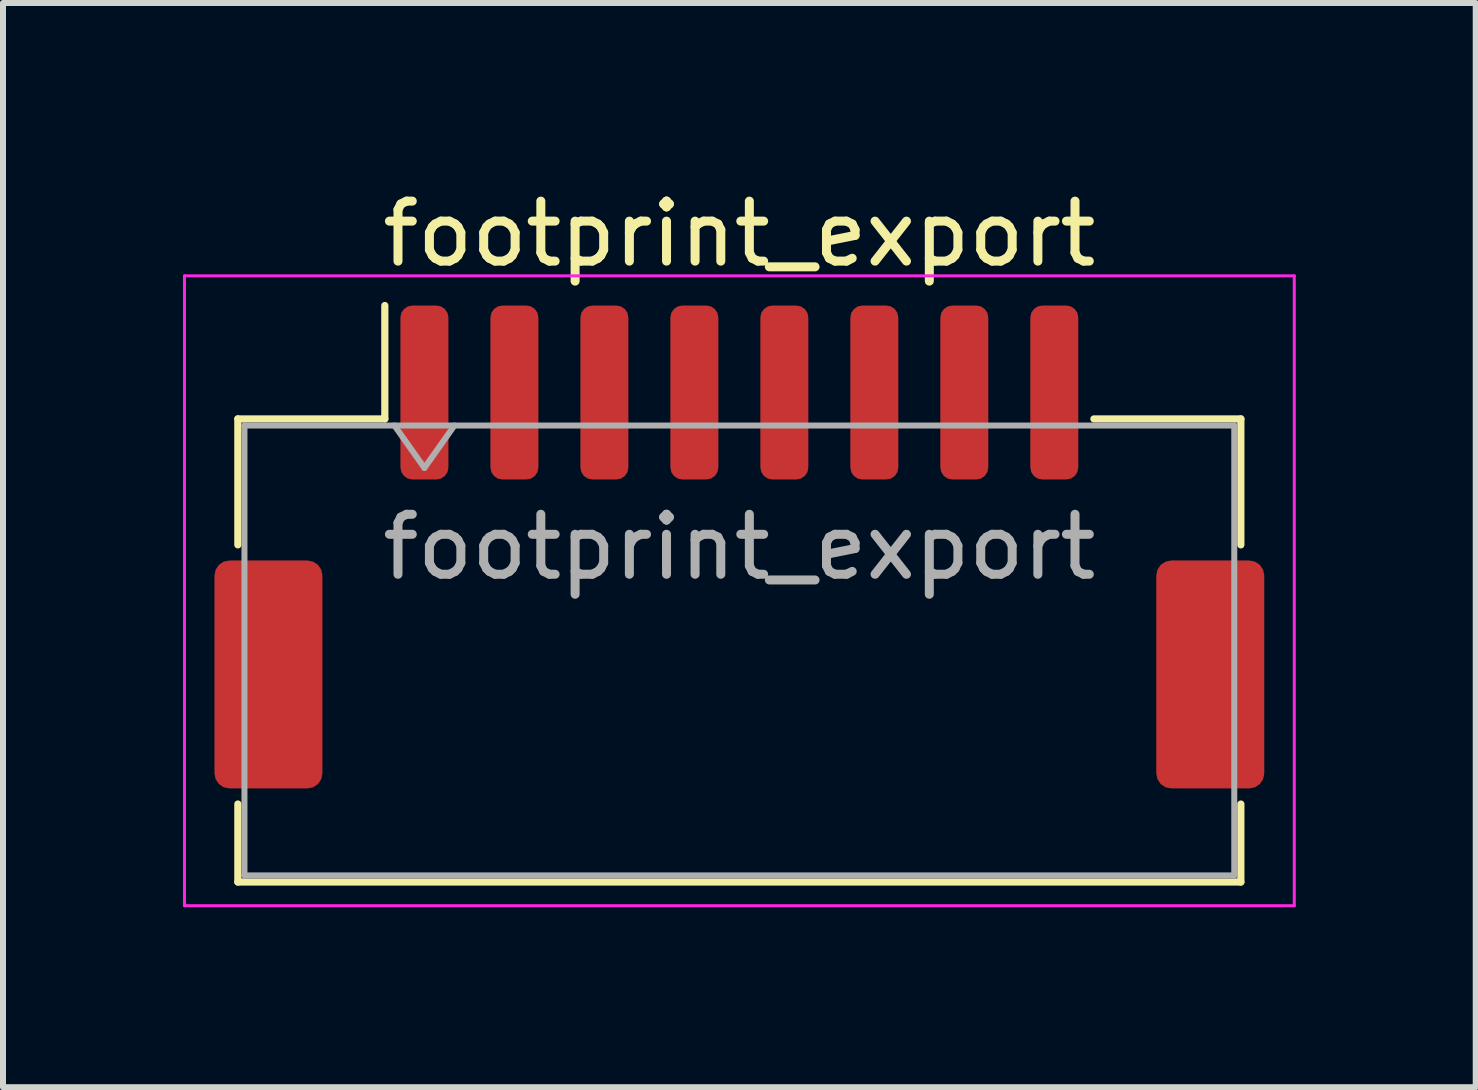
<source format=kicad_pcb>
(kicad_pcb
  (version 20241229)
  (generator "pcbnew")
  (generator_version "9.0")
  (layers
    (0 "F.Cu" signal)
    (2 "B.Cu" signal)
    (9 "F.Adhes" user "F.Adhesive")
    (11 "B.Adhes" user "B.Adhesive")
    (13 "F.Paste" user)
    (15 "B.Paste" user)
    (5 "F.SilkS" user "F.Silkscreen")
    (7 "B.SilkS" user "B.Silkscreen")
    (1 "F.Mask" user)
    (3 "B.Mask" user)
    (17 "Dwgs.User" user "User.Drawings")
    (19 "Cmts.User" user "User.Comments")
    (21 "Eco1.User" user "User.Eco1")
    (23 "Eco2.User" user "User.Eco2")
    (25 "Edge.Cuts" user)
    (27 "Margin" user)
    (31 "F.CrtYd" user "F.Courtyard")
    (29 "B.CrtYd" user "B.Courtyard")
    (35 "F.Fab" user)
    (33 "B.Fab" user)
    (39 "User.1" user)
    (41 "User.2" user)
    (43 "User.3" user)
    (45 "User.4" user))
  (footprint "footprint_export"
    (layer "F.Cu")
    (at 9.275 6.068)
    (property "Reference" "footprint_export" (at 0 -5.22 0) (layer "F.SilkS") (effects (font (size 1 1) (thickness 0.15))))
    (attr smd)
    (fp_line (start -8.36 -2.135) (end -5.91 -2.135) (stroke (width 0.12) (type solid)) (layer "F.SilkS"))
    (fp_line (start -8.36 -0.035) (end -8.36 -2.135) (stroke (width 0.12) (type solid)) (layer "F.SilkS"))
    (fp_line (start -8.36 4.285) (end -8.36 5.585) (stroke (width 0.12) (type solid)) (layer "F.SilkS"))
    (fp_line (start -8.36 5.585) (end 8.36 5.585) (stroke (width 0.12) (type solid)) (layer "F.SilkS"))
    (fp_line (start -5.91 -2.135) (end -5.91 -4.025) (stroke (width 0.12) (type solid)) (layer "F.SilkS"))
    (fp_line (start 8.36 -2.135) (end 5.91 -2.135) (stroke (width 0.12) (type solid)) (layer "F.SilkS"))
    (fp_line (start 8.36 -0.035) (end 8.36 -2.135) (stroke (width 0.12) (type solid)) (layer "F.SilkS"))
    (fp_line (start 8.36 5.585) (end 8.36 4.285) (stroke (width 0.12) (type solid)) (layer "F.SilkS"))
    (fp_line (start -9.25 -4.52) (end -9.25 5.98) (stroke (width 0.05) (type solid)) (layer "F.CrtYd"))
    (fp_line (start -9.25 5.98) (end 9.25 5.98) (stroke (width 0.05) (type solid)) (layer "F.CrtYd"))
    (fp_line (start 9.25 -4.52) (end -9.25 -4.52) (stroke (width 0.05) (type solid)) (layer "F.CrtYd"))
    (fp_line (start 9.25 5.98) (end 9.25 -4.52) (stroke (width 0.05) (type solid)) (layer "F.CrtYd"))
    (fp_line (start -8.25 -2.025) (end -8.25 5.475) (stroke (width 0.1) (type solid)) (layer "F.Fab"))
    (fp_line (start -8.25 -2.025) (end 8.25 -2.025) (stroke (width 0.1) (type solid)) (layer "F.Fab"))
    (fp_line (start -8.25 5.475) (end 8.25 5.475) (stroke (width 0.1) (type solid)) (layer "F.Fab"))
    (fp_line (start -5.75 -2.025) (end -5.25 -1.318) (stroke (width 0.1) (type solid)) (layer "F.Fab"))
    (fp_line (start -5.25 -1.318) (end -4.75 -2.025) (stroke (width 0.1) (type solid)) (layer "F.Fab"))
    (fp_line (start 8.25 -2.025) (end 8.25 5.475) (stroke (width 0.1) (type solid)) (layer "F.Fab"))
    (fp_text user "${REFERENCE}" (at 0 0 0) (layer "F.Fab") (effects (font (size 1 1) (thickness 0.15))))
    (pad "1" smd roundrect (at -5.25 -2.575) (size 0.8 2.9) (layers "F.Cu" "F.Mask" "F.Paste") (roundrect_rratio 0.25))
    (pad "2" smd roundrect (at -3.75 -2.575) (size 0.8 2.9) (layers "F.Cu" "F.Mask" "F.Paste") (roundrect_rratio 0.25))
    (pad "3" smd roundrect (at -2.25 -2.575) (size 0.8 2.9) (layers "F.Cu" "F.Mask" "F.Paste") (roundrect_rratio 0.25))
    (pad "4" smd roundrect (at -0.75 -2.575) (size 0.8 2.9) (layers "F.Cu" "F.Mask" "F.Paste") (roundrect_rratio 0.25))
    (pad "5" smd roundrect (at 0.75 -2.575) (size 0.8 2.9) (layers "F.Cu" "F.Mask" "F.Paste") (roundrect_rratio 0.25))
    (pad "6" smd roundrect (at 2.25 -2.575) (size 0.8 2.9) (layers "F.Cu" "F.Mask" "F.Paste") (roundrect_rratio 0.25))
    (pad "7" smd roundrect (at 3.75 -2.575) (size 0.8 2.9) (layers "F.Cu" "F.Mask" "F.Paste") (roundrect_rratio 0.25))
    (pad "8" smd roundrect (at 5.25 -2.575) (size 0.8 2.9) (layers "F.Cu" "F.Mask" "F.Paste") (roundrect_rratio 0.25))
    (pad "MP" smd roundrect (at -7.85 2.125) (size 1.8 3.8) (layers "F.Cu" "F.Mask" "F.Paste") (roundrect_rratio 0.139))
    (pad "MP" smd roundrect (at 7.85 2.125) (size 1.8 3.8) (layers "F.Cu" "F.Mask" "F.Paste") (roundrect_rratio 0.139)))
  (gr_rect
    (start -3 -3)
    (end 21.55 15.073)
    (stroke (width 0.1) (type default))
    (fill no)
    (layer "Edge.Cuts")))
</source>
